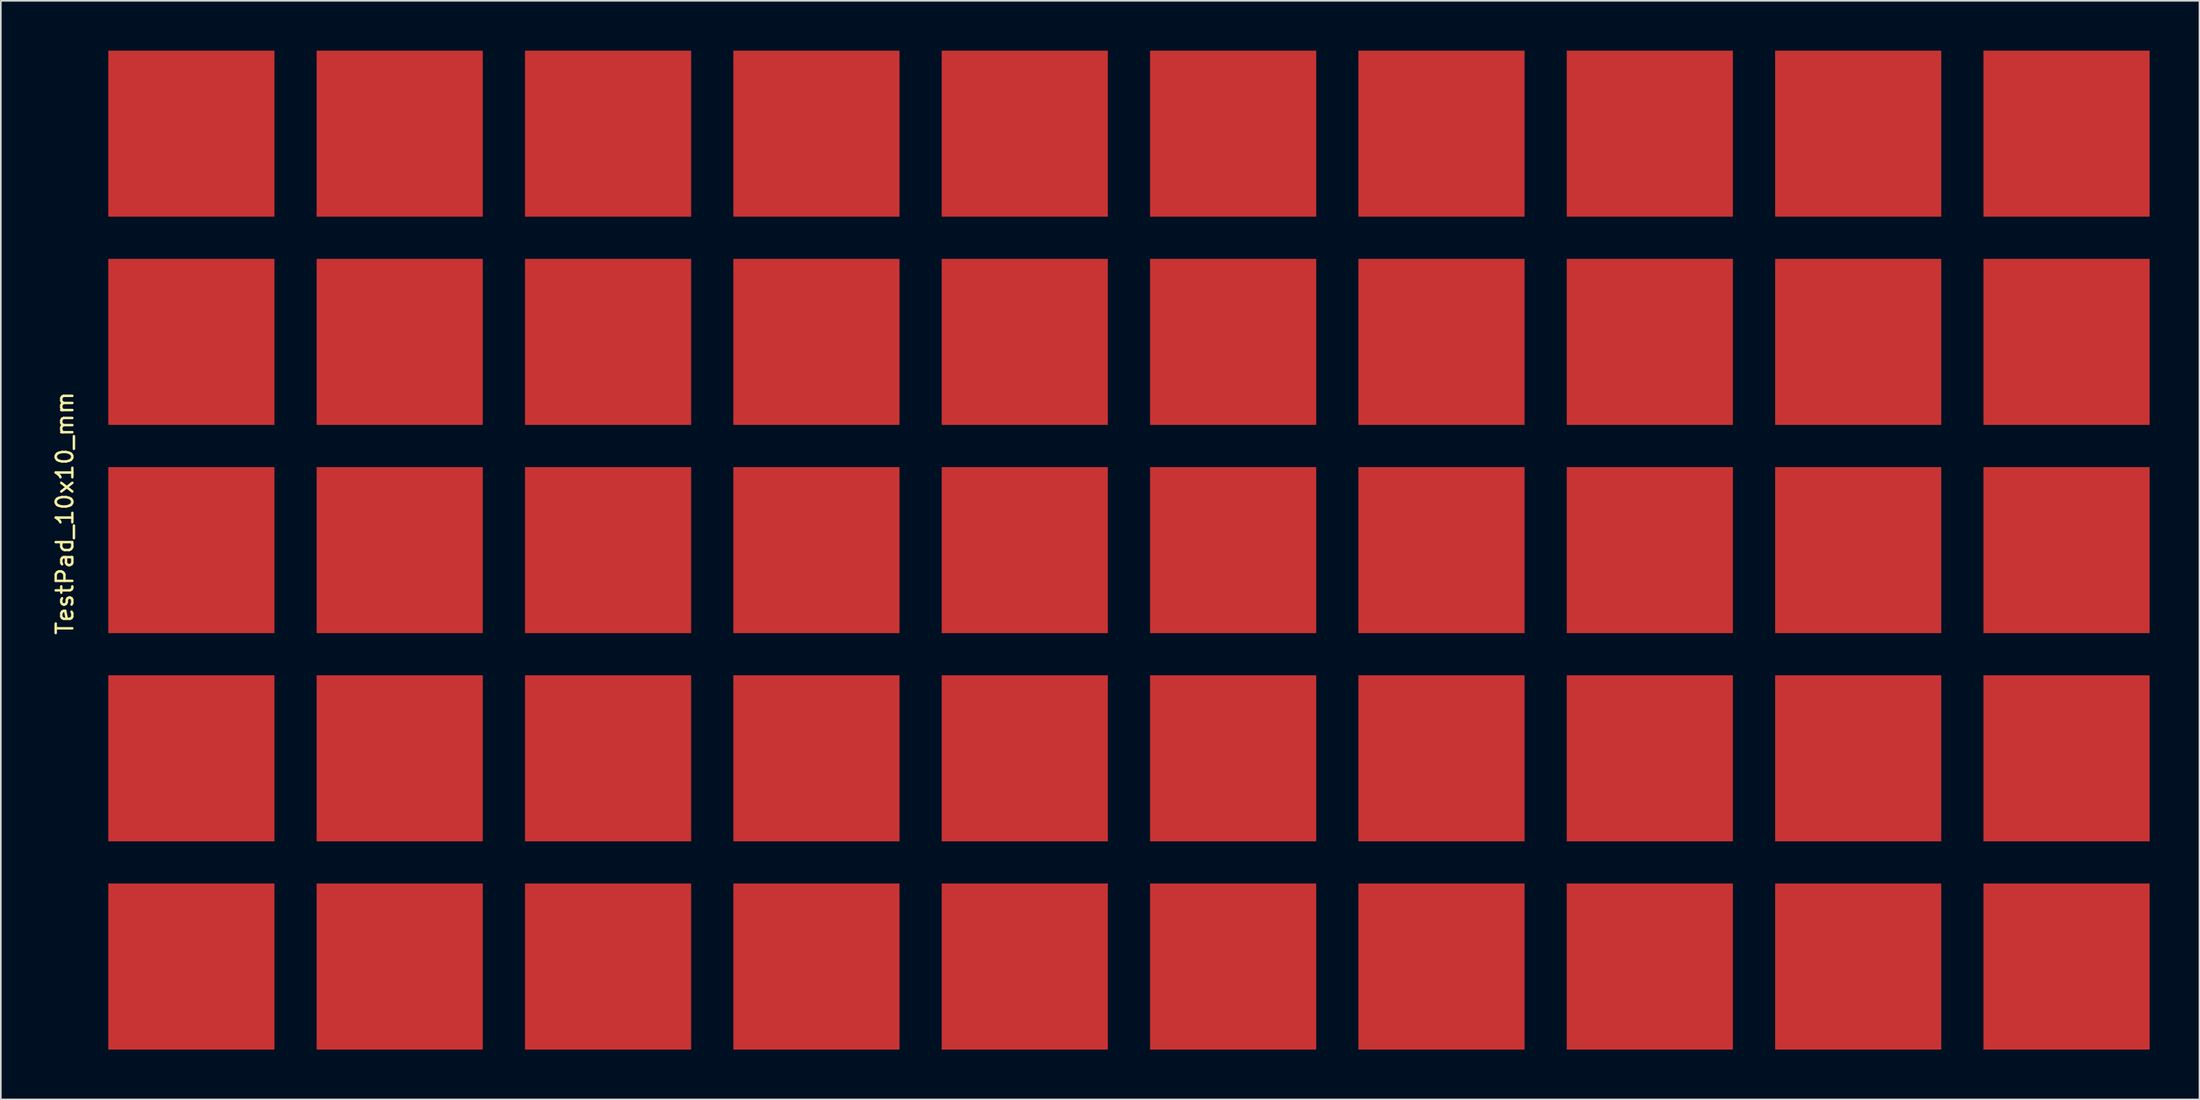
<source format=kicad_pcb>
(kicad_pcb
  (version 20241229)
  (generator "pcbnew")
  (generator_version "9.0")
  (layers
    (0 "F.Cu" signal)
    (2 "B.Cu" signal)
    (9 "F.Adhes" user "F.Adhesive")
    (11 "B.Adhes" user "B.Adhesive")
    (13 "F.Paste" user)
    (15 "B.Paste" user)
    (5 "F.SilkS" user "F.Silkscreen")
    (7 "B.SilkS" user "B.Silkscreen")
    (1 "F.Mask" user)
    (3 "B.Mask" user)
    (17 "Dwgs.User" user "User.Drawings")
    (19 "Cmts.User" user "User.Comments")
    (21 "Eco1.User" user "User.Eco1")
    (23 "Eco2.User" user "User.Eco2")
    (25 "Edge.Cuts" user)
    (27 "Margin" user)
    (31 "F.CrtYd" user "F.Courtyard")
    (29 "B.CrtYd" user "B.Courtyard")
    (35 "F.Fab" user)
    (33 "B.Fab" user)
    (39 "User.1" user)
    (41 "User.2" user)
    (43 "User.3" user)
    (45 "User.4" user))
  (footprint "TestPad_10x10_mm"
    (layer "F.Cu")
    (at 8.468 5)
    (property "Reference" "TestPad_10x10_mm" (at -7.62 22.86 90) (layer "F.SilkS") (effects (font (size 1 1) (thickness 0.15))))
    (attr through_hole)
    (pad "1" smd rect (at 0 0) (size 10 10) (layers "F.Cu" "F.Mask" "F.Paste"))
    (pad "2" smd rect (at 12.54 0) (size 10 10) (layers "F.Cu" "F.Mask" "F.Paste"))
    (pad "3" smd rect (at 25.08 0) (size 10 10) (layers "F.Cu" "F.Mask" "F.Paste"))
    (pad "4" smd rect (at 37.62 0) (size 10 10) (layers "F.Cu" "F.Mask" "F.Paste"))
    (pad "5" smd rect (at 50.16 0) (size 10 10) (layers "F.Cu" "F.Mask" "F.Paste"))
    (pad "6" smd rect (at 62.7 0) (size 10 10) (layers "F.Cu" "F.Mask" "F.Paste"))
    (pad "7" smd rect (at 75.24 0) (size 10 10) (layers "F.Cu" "F.Mask" "F.Paste"))
    (pad "8" smd rect (at 87.78 0) (size 10 10) (layers "F.Cu" "F.Mask" "F.Paste"))
    (pad "9" smd rect (at 100.32 0) (size 10 10) (layers "F.Cu" "F.Mask" "F.Paste"))
    (pad "10" smd rect (at 112.86 0) (size 10 10) (layers "F.Cu" "F.Mask" "F.Paste"))
    (pad "11" smd rect (at 0 12.54) (size 10 10) (layers "F.Cu" "F.Mask" "F.Paste"))
    (pad "12" smd rect (at 12.54 12.54) (size 10 10) (layers "F.Cu" "F.Mask" "F.Paste"))
    (pad "13" smd rect (at 25.08 12.54) (size 10 10) (layers "F.Cu" "F.Mask" "F.Paste"))
    (pad "14" smd rect (at 37.62 12.54) (size 10 10) (layers "F.Cu" "F.Mask" "F.Paste"))
    (pad "15" smd rect (at 50.16 12.54) (size 10 10) (layers "F.Cu" "F.Mask" "F.Paste"))
    (pad "16" smd rect (at 62.7 12.54) (size 10 10) (layers "F.Cu" "F.Mask" "F.Paste"))
    (pad "17" smd rect (at 75.24 12.54) (size 10 10) (layers "F.Cu" "F.Mask" "F.Paste"))
    (pad "18" smd rect (at 87.78 12.54) (size 10 10) (layers "F.Cu" "F.Mask" "F.Paste"))
    (pad "19" smd rect (at 100.32 12.54) (size 10 10) (layers "F.Cu" "F.Mask" "F.Paste"))
    (pad "20" smd rect (at 112.86 12.54) (size 10 10) (layers "F.Cu" "F.Mask" "F.Paste"))
    (pad "21" smd rect (at 0 25.08) (size 10 10) (layers "F.Cu" "F.Mask" "F.Paste"))
    (pad "22" smd rect (at 12.54 25.08) (size 10 10) (layers "F.Cu" "F.Mask" "F.Paste"))
    (pad "23" smd rect (at 25.08 25.08) (size 10 10) (layers "F.Cu" "F.Mask" "F.Paste"))
    (pad "24" smd rect (at 37.62 25.08) (size 10 10) (layers "F.Cu" "F.Mask" "F.Paste"))
    (pad "25" smd rect (at 50.16 25.08) (size 10 10) (layers "F.Cu" "F.Mask" "F.Paste"))
    (pad "26" smd rect (at 62.7 25.08) (size 10 10) (layers "F.Cu" "F.Mask" "F.Paste"))
    (pad "27" smd rect (at 75.24 25.08) (size 10 10) (layers "F.Cu" "F.Mask" "F.Paste"))
    (pad "28" smd rect (at 87.78 25.08) (size 10 10) (layers "F.Cu" "F.Mask" "F.Paste"))
    (pad "29" smd rect (at 100.32 25.08) (size 10 10) (layers "F.Cu" "F.Mask" "F.Paste"))
    (pad "30" smd rect (at 112.86 25.08) (size 10 10) (layers "F.Cu" "F.Mask" "F.Paste"))
    (pad "31" smd rect (at 0 37.62) (size 10 10) (layers "F.Cu" "F.Mask" "F.Paste"))
    (pad "32" smd rect (at 12.54 37.62) (size 10 10) (layers "F.Cu" "F.Mask" "F.Paste"))
    (pad "33" smd rect (at 25.08 37.62) (size 10 10) (layers "F.Cu" "F.Mask" "F.Paste"))
    (pad "34" smd rect (at 37.62 37.62) (size 10 10) (layers "F.Cu" "F.Mask" "F.Paste"))
    (pad "35" smd rect (at 50.16 37.62) (size 10 10) (layers "F.Cu" "F.Mask" "F.Paste"))
    (pad "36" smd rect (at 62.7 37.62) (size 10 10) (layers "F.Cu" "F.Mask" "F.Paste"))
    (pad "37" smd rect (at 75.24 37.62) (size 10 10) (layers "F.Cu" "F.Mask" "F.Paste"))
    (pad "38" smd rect (at 87.78 37.62) (size 10 10) (layers "F.Cu" "F.Mask" "F.Paste"))
    (pad "39" smd rect (at 100.32 37.62) (size 10 10) (layers "F.Cu" "F.Mask" "F.Paste"))
    (pad "40" smd rect (at 112.86 37.62) (size 10 10) (layers "F.Cu" "F.Mask" "F.Paste"))
    (pad "41" smd rect (at 0 50.16) (size 10 10) (layers "F.Cu" "F.Mask" "F.Paste"))
    (pad "42" smd rect (at 12.54 50.16) (size 10 10) (layers "F.Cu" "F.Mask" "F.Paste"))
    (pad "43" smd rect (at 25.08 50.16) (size 10 10) (layers "F.Cu" "F.Mask" "F.Paste"))
    (pad "44" smd rect (at 37.62 50.16) (size 10 10) (layers "F.Cu" "F.Mask" "F.Paste"))
    (pad "45" smd rect (at 50.16 50.16) (size 10 10) (layers "F.Cu" "F.Mask" "F.Paste"))
    (pad "46" smd rect (at 62.7 50.16) (size 10 10) (layers "F.Cu" "F.Mask" "F.Paste"))
    (pad "47" smd rect (at 75.24 50.16) (size 10 10) (layers "F.Cu" "F.Mask" "F.Paste"))
    (pad "48" smd rect (at 87.78 50.16) (size 10 10) (layers "F.Cu" "F.Mask" "F.Paste"))
    (pad "49" smd rect (at 100.32 50.16) (size 10 10) (layers "F.Cu" "F.Mask" "F.Paste"))
    (pad "50" smd rect (at 112.86 50.16) (size 10 10) (layers "F.Cu" "F.Mask" "F.Paste")))
  (gr_rect
    (start -3 -3)
    (end 129.328 63.16)
    (stroke (width 0.1) (type default))
    (fill no)
    (layer "Edge.Cuts")))
</source>
